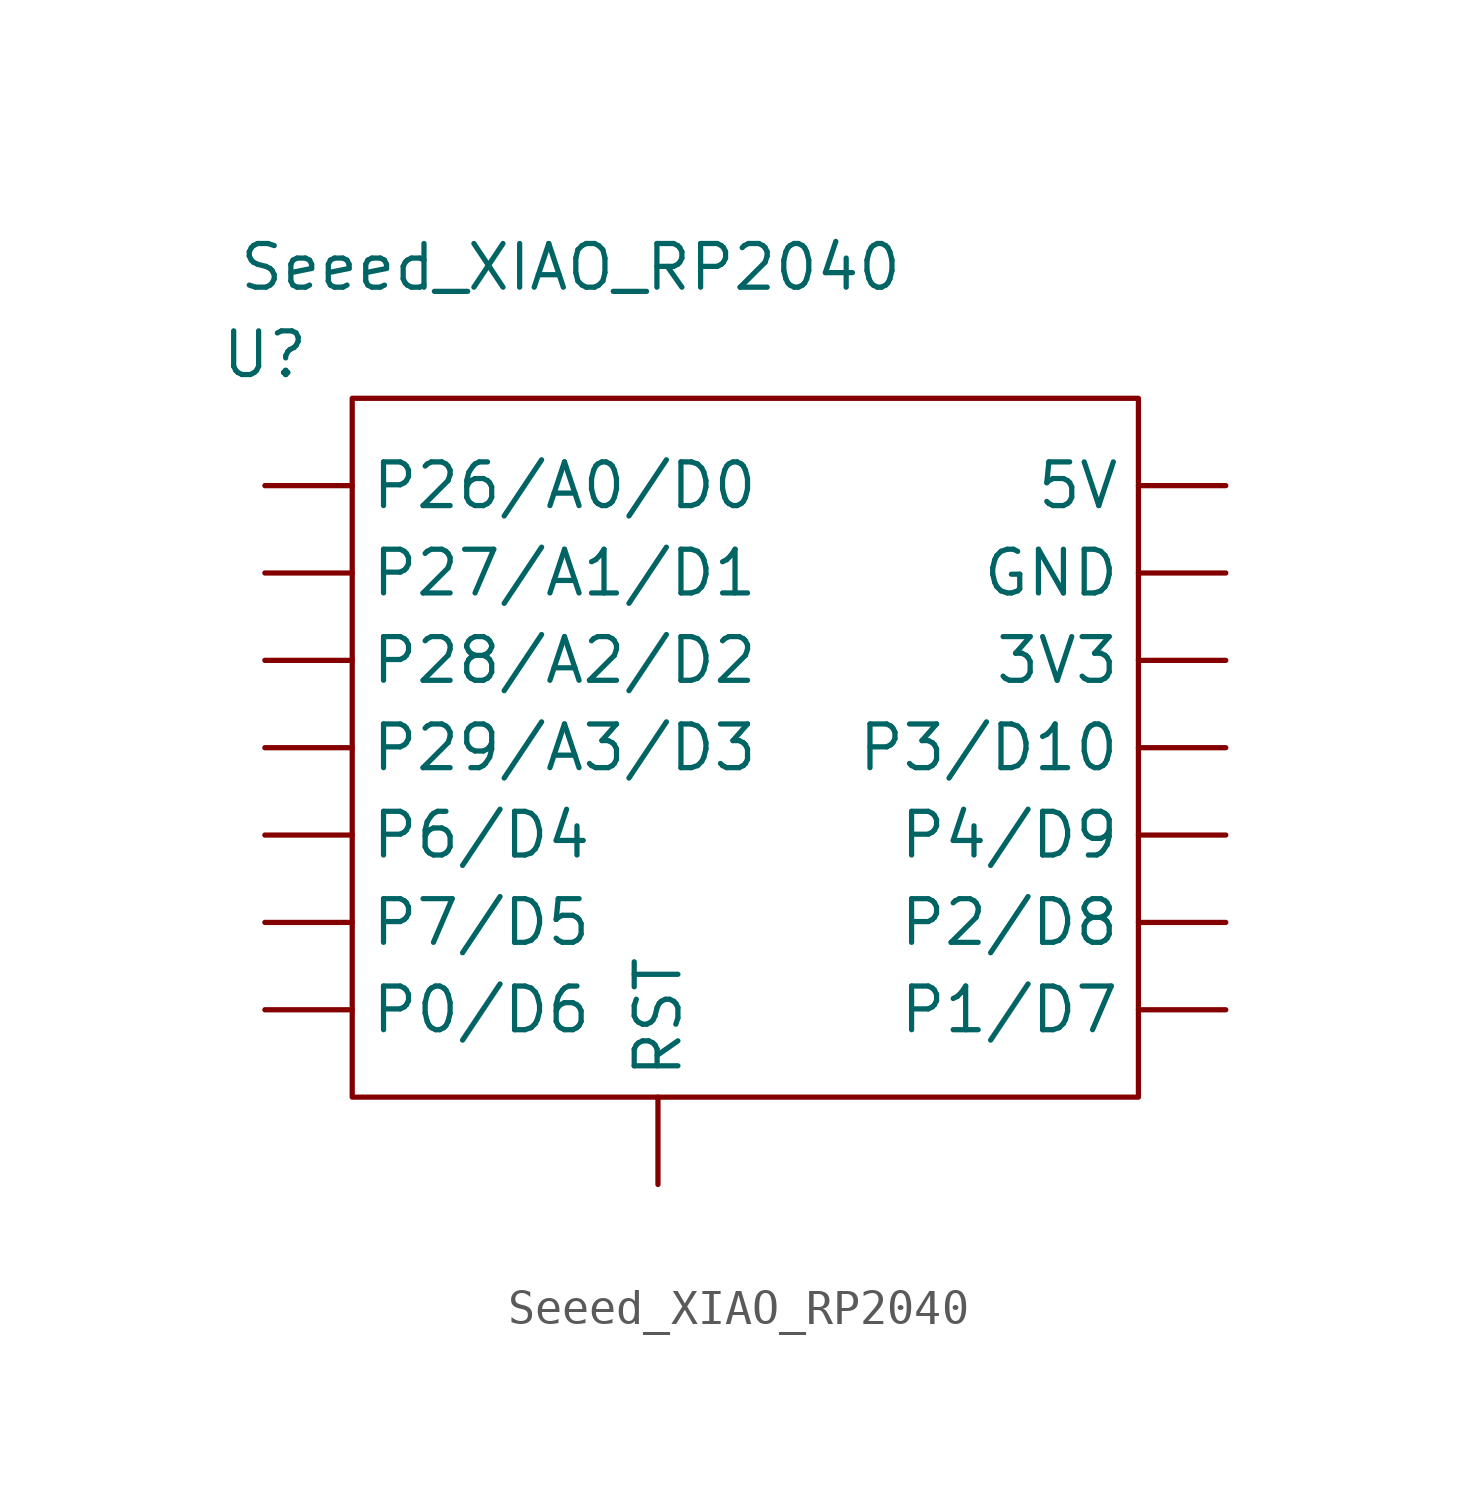
<source format=kicad_sym>
(kicad_symbol_lib
  (version 20211014)
  (generator kicad_symbol_editor)
  (symbol "Seeed_XIAO_RP2040"
    (property "Reference" "U"
      (at 0 0 0)
      (effects (font (size 1.27 1.27))))
    (property "Value" "Seeed_XIAO_RP2040"
      (at 8.89 2.54 0)
      (effects (font (size 1.27 1.27))))
    (symbol "Seeed_XIAO_RP2040_0_1"
      (rectangle (start 2.54 -1.27) (end 25.4 -21.59) (stroke (width 0) (type default) (color 0 0 0 0)) (fill (type none))))
    (symbol "Seeed_XIAO_RP2040_1_1"
      (pin power_in line (at 27.94 -8.89 180) (length 2.54) (name "3V3" (effects (font (size 1.27 1.27)))) (number "" (effects (font (size 1.27 1.27)))))
      (pin power_in line (at 27.94 -3.81 180) (length 2.54) (name "5V" (effects (font (size 1.27 1.27)))) (number "" (effects (font (size 1.27 1.27)))))
      (pin power_in line (at 27.94 -6.35 180) (length 2.54) (name "GND" (effects (font (size 1.27 1.27)))) (number "" (effects (font (size 1.27 1.27)))))
      (pin free line (at 0 -19.05 0) (length 2.54) (name "P0/D6" (effects (font (size 1.27 1.27)))) (number "" (effects (font (size 1.27 1.27)))))
      (pin free line (at 27.94 -19.05 180) (length 2.54) (name "P1/D7" (effects (font (size 1.27 1.27)))) (number "" (effects (font (size 1.27 1.27)))))
      (pin free line (at 27.94 -16.51 180) (length 2.54) (name "P2/D8" (effects (font (size 1.27 1.27)))) (number "" (effects (font (size 1.27 1.27)))))
      (pin free line (at 0 -3.81 0) (length 2.54) (name "P26/A0/D0" (effects (font (size 1.27 1.27)))) (number "" (effects (font (size 1.27 1.27)))))
      (pin free line (at 0 -6.35 0) (length 2.54) (name "P27/A1/D1" (effects (font (size 1.27 1.27)))) (number "" (effects (font (size 1.27 1.27)))))
      (pin free line (at 0 -8.89 0) (length 2.54) (name "P28/A2/D2" (effects (font (size 1.27 1.27)))) (number "" (effects (font (size 1.27 1.27)))))
      (pin free line (at 0 -11.43 0) (length 2.54) (name "P29/A3/D3" (effects (font (size 1.27 1.27)))) (number "" (effects (font (size 1.27 1.27)))))
      (pin free line (at 27.94 -11.43 180) (length 2.54) (name "P3/D10" (effects (font (size 1.27 1.27)))) (number "" (effects (font (size 1.27 1.27)))))
      (pin free line (at 27.94 -13.97 180) (length 2.54) (name "P4/D9" (effects (font (size 1.27 1.27)))) (number "" (effects (font (size 1.27 1.27)))))
      (pin free line (at 0 -13.97 0) (length 2.54) (name "P6/D4" (effects (font (size 1.27 1.27)))) (number "" (effects (font (size 1.27 1.27)))))
      (pin free line (at 0 -16.51 0) (length 2.54) (name "P7/D5" (effects (font (size 1.27 1.27)))) (number "" (effects (font (size 1.27 1.27)))))
      (pin free line (at 11.43 -24.13 90) (length 2.54) (name "RST" (effects (font (size 1.27 1.27)))) (number "" (effects (font (size 1.27 1.27))))))))
</source>
